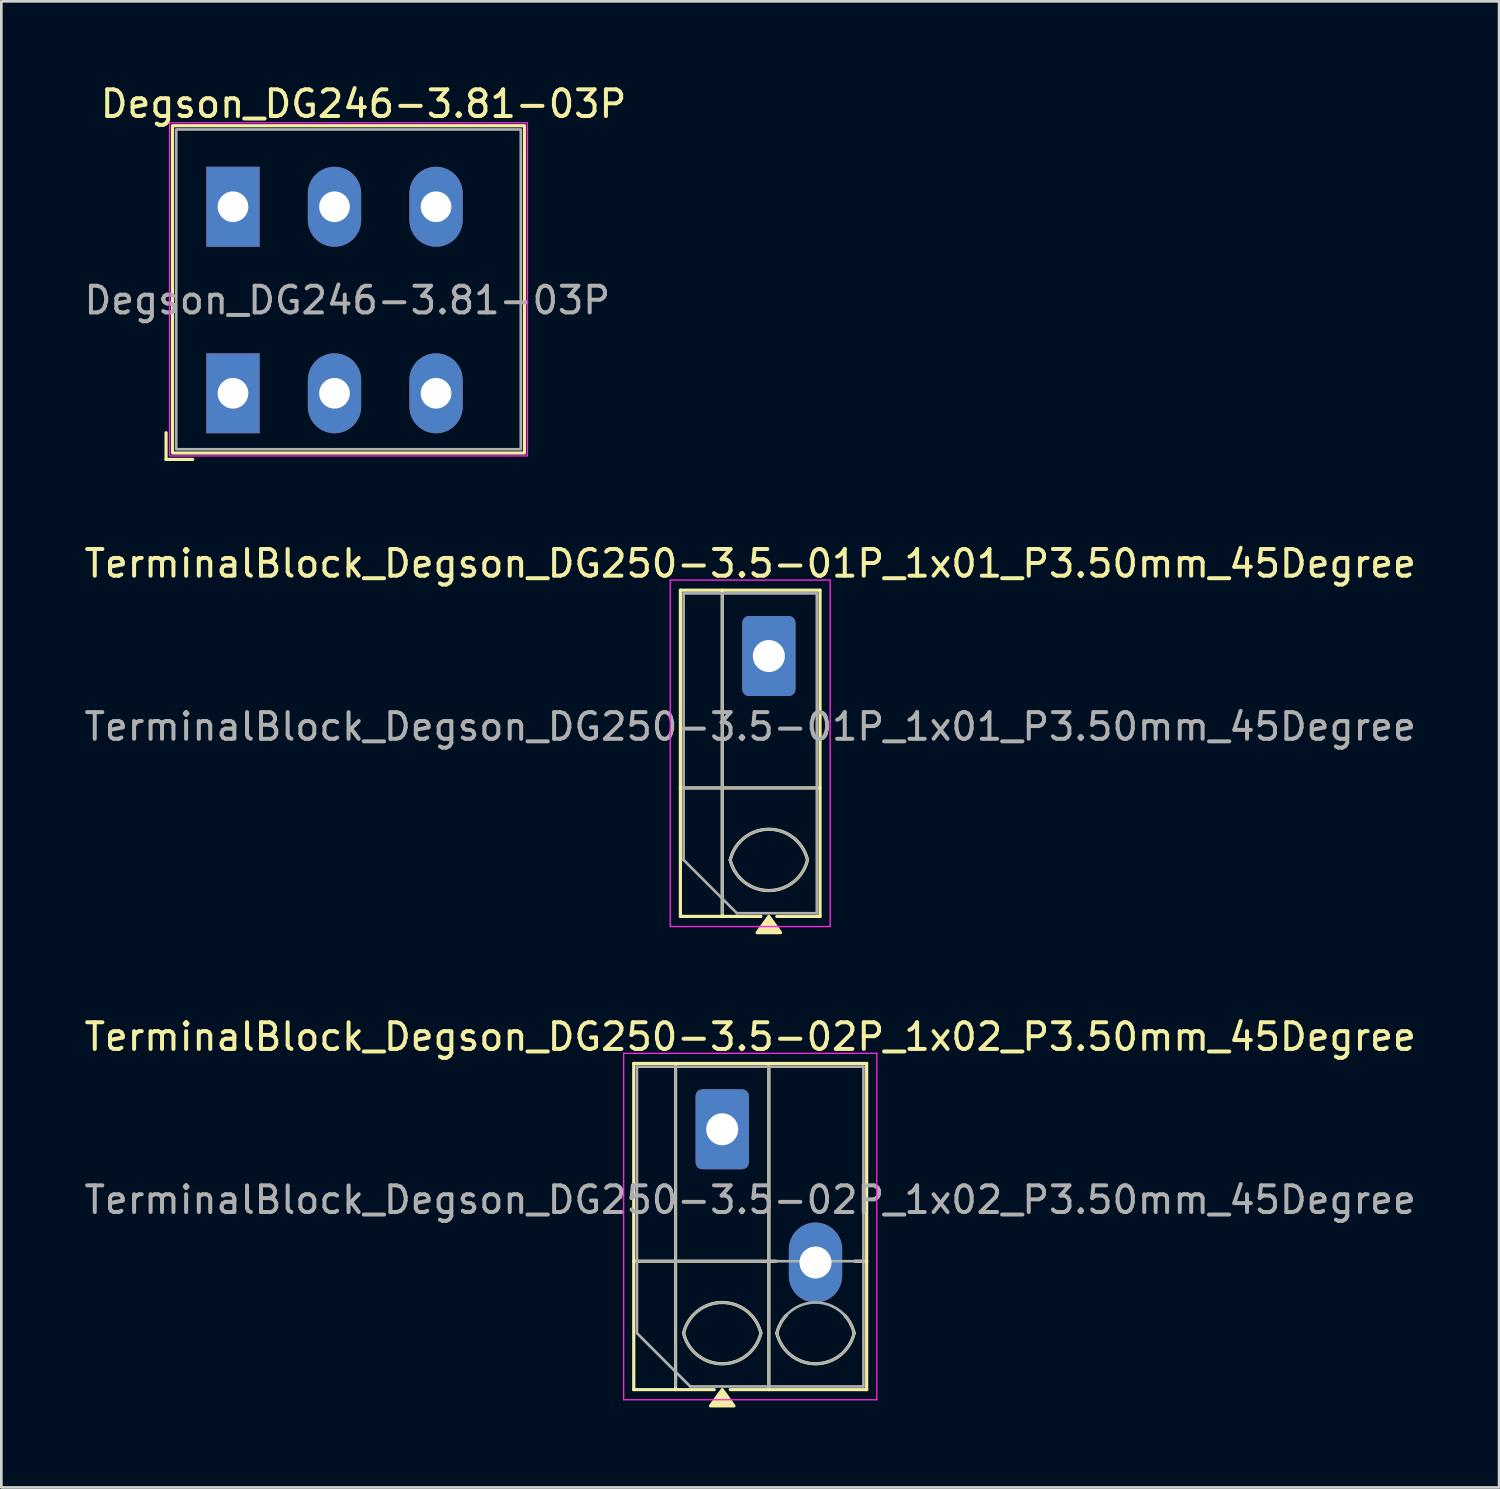
<source format=kicad_pcb>
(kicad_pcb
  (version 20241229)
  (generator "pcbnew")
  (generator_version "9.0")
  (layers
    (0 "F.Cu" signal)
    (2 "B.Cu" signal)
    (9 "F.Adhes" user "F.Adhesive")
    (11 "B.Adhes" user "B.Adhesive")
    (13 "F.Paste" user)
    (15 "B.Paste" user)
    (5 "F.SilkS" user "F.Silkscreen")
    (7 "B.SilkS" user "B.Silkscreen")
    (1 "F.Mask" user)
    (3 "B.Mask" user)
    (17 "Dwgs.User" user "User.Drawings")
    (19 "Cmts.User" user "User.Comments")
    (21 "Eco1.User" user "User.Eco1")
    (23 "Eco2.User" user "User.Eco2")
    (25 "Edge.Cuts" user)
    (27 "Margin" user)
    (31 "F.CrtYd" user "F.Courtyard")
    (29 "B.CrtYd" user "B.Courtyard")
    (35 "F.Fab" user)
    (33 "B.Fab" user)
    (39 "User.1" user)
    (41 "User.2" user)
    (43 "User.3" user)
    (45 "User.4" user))
  (footprint "TerminalBlock_Degson_DG250-3.5-01P_1x01_P3.50mm_45Degree"
    (layer "F.Cu")
    (at 25.801 21.567)
    (property "Reference" "TerminalBlock_Degson_DG250-3.5-01P_1x01_P3.50mm_45Degree" (at -0.7 -3.47 0) (layer "F.SilkS") (effects (font (size 1 1) (thickness 0.15))))
    (attr through_hole)
    (fp_line (start -3.32 -2.47) (end 1.92 -2.47) (stroke (width 0.12) (type solid)) (layer "F.SilkS"))
    (fp_line (start -3.32 4.95) (end 1.92 4.95) (stroke (width 0.12) (type solid)) (layer "F.SilkS"))
    (fp_line (start -3.32 9.77) (end -3.32 -2.47) (stroke (width 0.12) (type solid)) (layer "F.SilkS"))
    (fp_line (start -1.75 -2.47) (end -1.75 9.77) (stroke (width 0.12) (type solid)) (layer "F.SilkS"))
    (fp_line (start -0.3 9.77) (end -3.32 9.77) (stroke (width 0.12) (type solid)) (layer "F.SilkS"))
    (fp_line (start 1.92 -2.47) (end 1.92 9.77) (stroke (width 0.12) (type solid)) (layer "F.SilkS"))
    (fp_line (start 1.92 9.77) (end 0.3 9.77) (stroke (width 0.12) (type solid)) (layer "F.SilkS"))
    (fp_arc (start -1.45 7.65) (mid 0 6.5) (end 1.45 7.65) (stroke (width 0.12) (type solid)) (layer "F.SilkS"))
    (fp_arc (start 1.45 7.65) (mid 0 8.8) (end -1.45 7.65) (stroke (width 0.12) (type solid)) (layer "F.SilkS"))
    (fp_poly (pts (xy 0 9.77) (xy 0.44 10.38) (xy -0.44 10.38)) (stroke (width 0.12) (type solid)) (fill yes) (layer "F.SilkS"))
    (fp_line (start -3.7 -2.85) (end -3.7 10.15) (stroke (width 0.05) (type solid)) (layer "F.CrtYd"))
    (fp_line (start -3.7 10.15) (end 2.3 10.15) (stroke (width 0.05) (type solid)) (layer "F.CrtYd"))
    (fp_line (start 2.3 -2.85) (end -3.7 -2.85) (stroke (width 0.05) (type solid)) (layer "F.CrtYd"))
    (fp_line (start 2.3 10.15) (end 2.3 -2.85) (stroke (width 0.05) (type solid)) (layer "F.CrtYd"))
    (fp_line (start -3.2 -2.35) (end 1.8 -2.35) (stroke (width 0.1) (type solid)) (layer "F.Fab"))
    (fp_line (start -3.2 4.95) (end 1.8 4.95) (stroke (width 0.1) (type solid)) (layer "F.Fab"))
    (fp_line (start -3.2 7.65) (end -3.2 -2.35) (stroke (width 0.1) (type solid)) (layer "F.Fab"))
    (fp_line (start -1.75 -2.35) (end -1.75 9.65) (stroke (width 0.1) (type solid)) (layer "F.Fab"))
    (fp_line (start -1.2 9.65) (end -3.2 7.65) (stroke (width 0.1) (type solid)) (layer "F.Fab"))
    (fp_line (start 1.8 -2.35) (end 1.8 9.65) (stroke (width 0.1) (type solid)) (layer "F.Fab"))
    (fp_line (start 1.8 9.65) (end -1.2 9.65) (stroke (width 0.1) (type solid)) (layer "F.Fab"))
    (fp_arc (start -1.45 7.65) (mid 0 6.5) (end 1.45 7.65) (stroke (width 0.1) (type solid)) (layer "F.Fab"))
    (fp_arc (start 1.45 7.65) (mid 0 8.8) (end -1.45 7.65) (stroke (width 0.1) (type solid)) (layer "F.Fab"))
    (fp_text user "${REFERENCE}" (at -0.7 2.65 0) (layer "F.Fab") (effects (font (size 1 1) (thickness 0.15))))
    (pad "1" thru_hole roundrect (at 0 0) (size 2 3) (drill 1.2) (layers "*.Cu" "*.Mask") (roundrect_rratio 0.125)))
  (footprint "Degson_DG246-3.81-03P"
    (layer "F.Cu")
    (at 5.692 4.708)
    (property "Reference" "Degson_DG246-3.81-03P" (at 4.9 -3.86 0) (layer "F.SilkS") (effects (font (size 1 1) (thickness 0.15))))
    (attr through_hole)
    (fp_line (start -2.51 8.48) (end -2.51 9.48) (stroke (width 0.12) (type solid)) (layer "F.SilkS"))
    (fp_line (start -2.51 9.48) (end -1.51 9.48) (stroke (width 0.12) (type solid)) (layer "F.SilkS"))
    (fp_rect (start -2.27 -3.04) (end 10.94 9.24) (stroke (width 0.12) (type default)) (fill no) (layer "F.SilkS"))
    (fp_rect (start -2.38 -3.15) (end 11.05 9.35) (stroke (width 0.05) (type default)) (fill no) (layer "F.CrtYd"))
    (fp_rect (start -2.13 -2.9) (end 10.8 9.1) (stroke (width 0.1) (type default)) (fill no) (layer "F.Fab"))
    (fp_text user "${REFERENCE}" (at 4.29 3.51 0) (layer "F.Fab") (effects (font (size 1 1) (thickness 0.15))))
    (pad "1" thru_hole rect (at 0 0) (size 2 3) (drill 1.15) (layers "*.Cu" "*.Mask"))
    (pad "1" thru_hole rect (at 0 7) (size 2 3) (drill 1.15) (layers "*.Cu" "*.Mask"))
    (pad "2" thru_hole oval (at 3.81 0) (size 2 3) (drill 1.15) (layers "*.Cu" "*.Mask"))
    (pad "2" thru_hole oval (at 3.81 7) (size 2 3) (drill 1.15) (layers "*.Cu" "*.Mask"))
    (pad "3" thru_hole oval (at 7.62 0) (size 2 3) (drill 1.15) (layers "*.Cu" "*.Mask"))
    (pad "3" thru_hole oval (at 7.62 7) (size 2 3) (drill 1.15) (layers "*.Cu" "*.Mask")))
  (footprint "TerminalBlock_Degson_DG250-3.5-02P_1x02_P3.50mm_45Degree"
    (layer "F.Cu")
    (at 24.051 39.325)
    (property "Reference" "TerminalBlock_Degson_DG250-3.5-02P_1x02_P3.50mm_45Degree" (at 1.05 -3.47 0) (layer "F.SilkS") (effects (font (size 1 1) (thickness 0.15))))
    (attr through_hole)
    (fp_line (start -3.32 -2.47) (end 5.42 -2.47) (stroke (width 0.12) (type solid)) (layer "F.SilkS"))
    (fp_line (start -3.32 4.95) (end 2.02 4.95) (stroke (width 0.12) (type solid)) (layer "F.SilkS"))
    (fp_line (start -3.32 9.77) (end -3.32 -2.47) (stroke (width 0.12) (type solid)) (layer "F.SilkS"))
    (fp_line (start -1.75 -2.47) (end -1.75 9.77) (stroke (width 0.12) (type solid)) (layer "F.SilkS"))
    (fp_line (start -0.3 9.77) (end -3.32 9.77) (stroke (width 0.12) (type solid)) (layer "F.SilkS"))
    (fp_line (start 1.75 -2.47) (end 1.75 9.77) (stroke (width 0.12) (type solid)) (layer "F.SilkS"))
    (fp_line (start 4.98 4.95) (end 5.42 4.95) (stroke (width 0.12) (type solid)) (layer "F.SilkS"))
    (fp_line (start 5.42 -2.47) (end 5.42 9.77) (stroke (width 0.12) (type solid)) (layer "F.SilkS"))
    (fp_line (start 5.42 9.77) (end 0.3 9.77) (stroke (width 0.12) (type solid)) (layer "F.SilkS"))
    (fp_arc (start -1.45 7.65) (mid 0 6.5) (end 1.45 7.65) (stroke (width 0.12) (type solid)) (layer "F.SilkS"))
    (fp_arc (start 1.45 7.65) (mid 0 8.8) (end -1.45 7.65) (stroke (width 0.12) (type solid)) (layer "F.SilkS"))
    (fp_arc (start 2.05 7.65) (mid 2.18402 7.291962) (end 2.405 6.98) (stroke (width 0.12) (type solid)) (layer "F.SilkS"))
    (fp_arc (start 4.595 6.98) (mid 4.81598 7.291962) (end 4.95 7.65) (stroke (width 0.12) (type solid)) (layer "F.SilkS"))
    (fp_arc (start 4.95 7.65) (mid 3.5 8.8) (end 2.05 7.65) (stroke (width 0.12) (type solid)) (layer "F.SilkS"))
    (fp_poly (pts (xy 0 9.77) (xy 0.44 10.38) (xy -0.44 10.38)) (stroke (width 0.12) (type solid)) (fill yes) (layer "F.SilkS"))
    (fp_line (start -3.7 -2.85) (end -3.7 10.15) (stroke (width 0.05) (type solid)) (layer "F.CrtYd"))
    (fp_line (start -3.7 10.15) (end 5.8 10.15) (stroke (width 0.05) (type solid)) (layer "F.CrtYd"))
    (fp_line (start 5.8 -2.85) (end -3.7 -2.85) (stroke (width 0.05) (type solid)) (layer "F.CrtYd"))
    (fp_line (start 5.8 10.15) (end 5.8 -2.85) (stroke (width 0.05) (type solid)) (layer "F.CrtYd"))
    (fp_line (start -3.2 -2.35) (end 5.3 -2.35) (stroke (width 0.1) (type solid)) (layer "F.Fab"))
    (fp_line (start -3.2 4.95) (end 5.3 4.95) (stroke (width 0.1) (type solid)) (layer "F.Fab"))
    (fp_line (start -3.2 7.65) (end -3.2 -2.35) (stroke (width 0.1) (type solid)) (layer "F.Fab"))
    (fp_line (start -1.75 -2.35) (end -1.75 9.65) (stroke (width 0.1) (type solid)) (layer "F.Fab"))
    (fp_line (start -1.2 9.65) (end -3.2 7.65) (stroke (width 0.1) (type solid)) (layer "F.Fab"))
    (fp_line (start 1.75 -2.35) (end 1.75 9.65) (stroke (width 0.1) (type solid)) (layer "F.Fab"))
    (fp_line (start 5.3 -2.35) (end 5.3 9.65) (stroke (width 0.1) (type solid)) (layer "F.Fab"))
    (fp_line (start 5.3 9.65) (end -1.2 9.65) (stroke (width 0.1) (type solid)) (layer "F.Fab"))
    (fp_arc (start -1.45 7.65) (mid 0 6.5) (end 1.45 7.65) (stroke (width 0.1) (type solid)) (layer "F.Fab"))
    (fp_arc (start 1.45 7.65) (mid 0 8.8) (end -1.45 7.65) (stroke (width 0.1) (type solid)) (layer "F.Fab"))
    (fp_arc (start 2.05 7.65) (mid 3.5 6.5) (end 4.95 7.65) (stroke (width 0.1) (type solid)) (layer "F.Fab"))
    (fp_arc (start 4.95 7.65) (mid 3.5 8.8) (end 2.05 7.65) (stroke (width 0.1) (type solid)) (layer "F.Fab"))
    (fp_text user "${REFERENCE}" (at 1.05 2.65 0) (layer "F.Fab") (effects (font (size 1 1) (thickness 0.15))))
    (pad "1" thru_hole roundrect (at 0 0) (size 2 3) (drill 1.2) (layers "*.Cu" "*.Mask") (roundrect_rratio 0.125))
    (pad "2" thru_hole oval (at 3.5 5) (size 2 3) (drill 1.2) (layers "*.Cu" "*.Mask")))
  (gr_rect
    (start -3 -3)
    (end 53.202 52.765)
    (stroke (width 0.1) (type default))
    (fill no)
    (layer "Edge.Cuts")))
</source>
